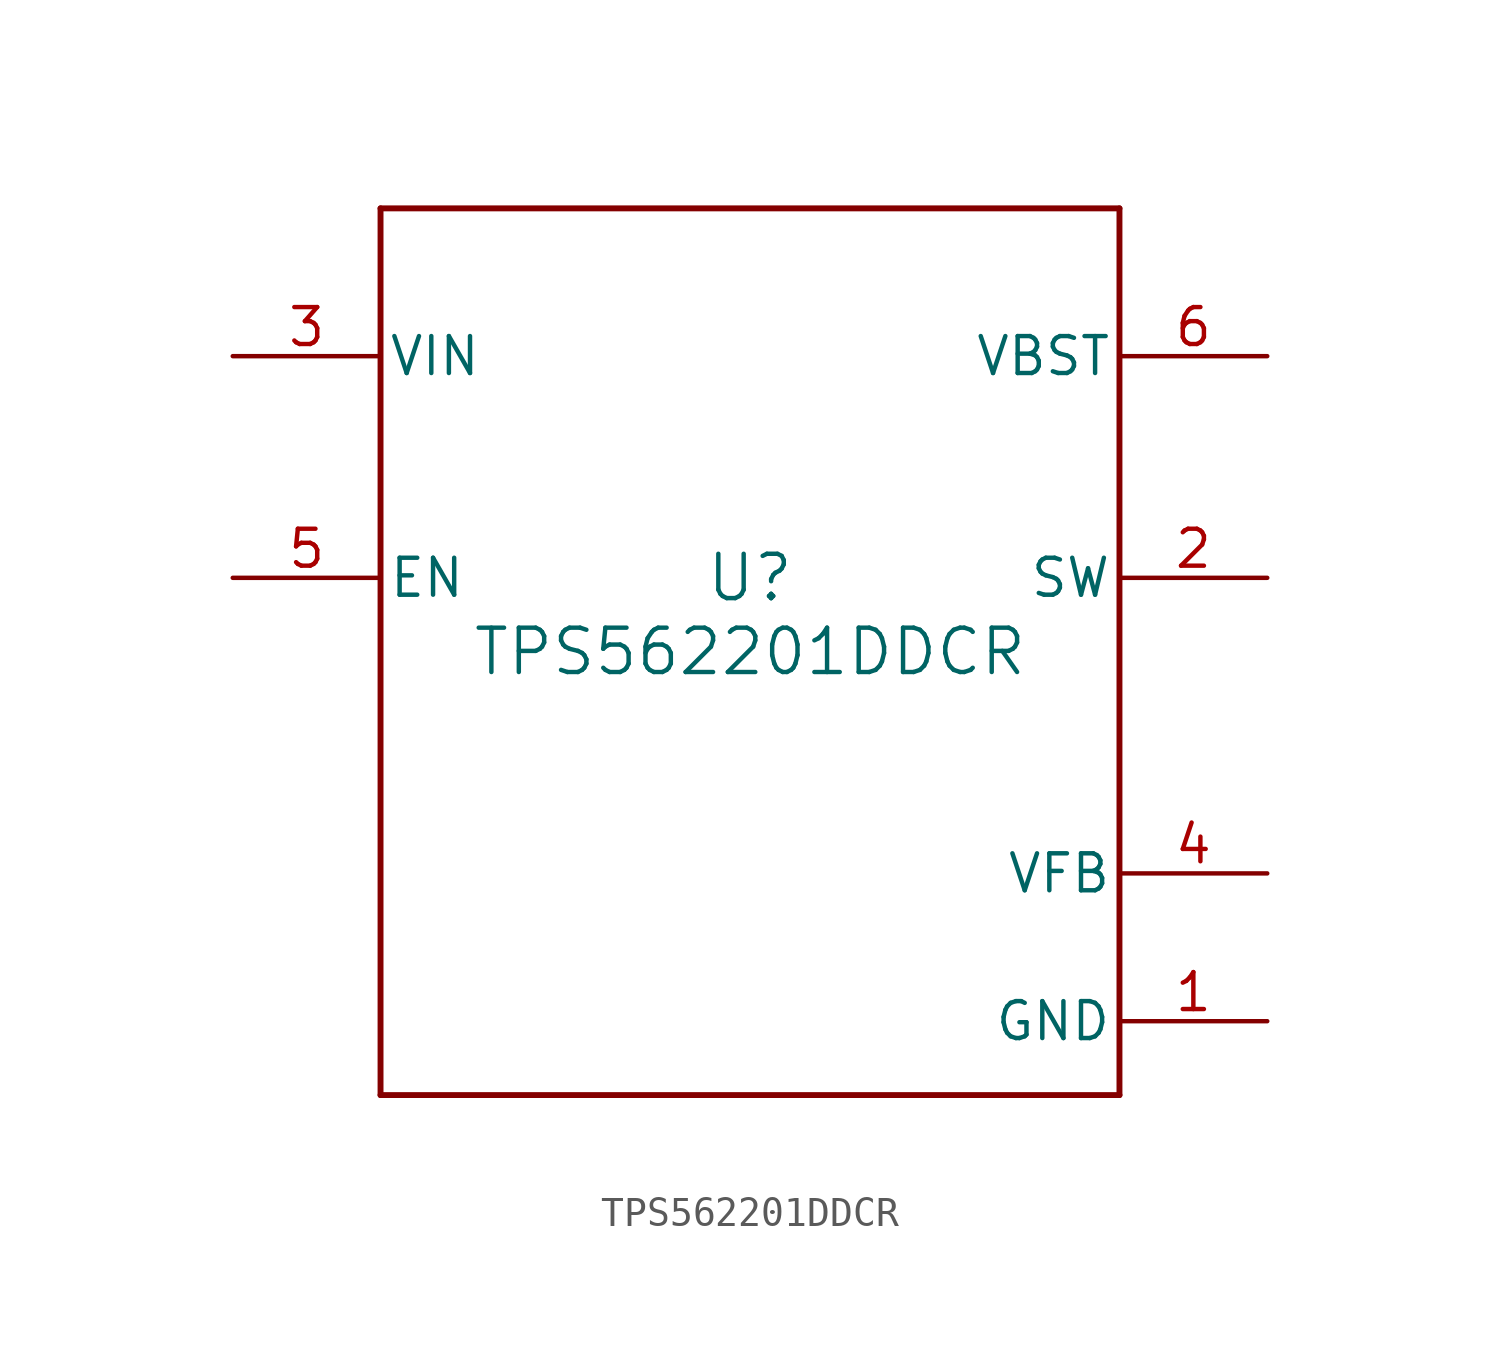
<source format=kicad_sym>
(kicad_symbol_lib
  (version 20211014)
  (generator kicad_symbol_editor)
  (symbol "TPS562201DDCR"
    (pin_names
      (offset 0.254))
    (property "Reference" "U"
      (at 0 2.54 0)
      (effects (font (size 1.524 1.524))))
    (property "Value" "TPS562201DDCR"
      (at 0 0 0)
      (effects (font (size 1.524 1.524))))
    (symbol "TPS562201DDCR_0_1"
      (polyline (pts (xy -12.7 -15.24) (xy 12.7 -15.24)) (stroke (width 0.203) (type default) (color 0 0 0 0)) (fill (type none)))
      (polyline (pts (xy 12.7 -15.24) (xy 12.7 15.24)) (stroke (width 0.203) (type default) (color 0 0 0 0)) (fill (type none)))
      (polyline (pts (xy 12.7 15.24) (xy -12.7 15.24)) (stroke (width 0.203) (type default) (color 0 0 0 0)) (fill (type none)))
      (polyline (pts (xy -12.7 15.24) (xy -12.7 -15.24)) (stroke (width 0.203) (type default) (color 0 0 0 0)) (fill (type none)))
      (pin power_in line (at 17.78 -12.7 180) (length 5.08) (name "GND" (effects (font (size 1.27 1.27)))) (number "1" (effects (font (size 1.27 1.27)))))
      (pin power_in line (at 17.78 2.54 180) (length 5.08) (name "SW" (effects (font (size 1.27 1.27)))) (number "2" (effects (font (size 1.27 1.27)))))
      (pin power_in line (at -17.78 10.16 0) (length 5.08) (name "VIN" (effects (font (size 1.27 1.27)))) (number "3" (effects (font (size 1.27 1.27)))))
      (pin input line (at 17.78 -7.62 180) (length 5.08) (name "VFB" (effects (font (size 1.27 1.27)))) (number "4" (effects (font (size 1.27 1.27)))))
      (pin input line (at -17.78 2.54 0) (length 5.08) (name "EN" (effects (font (size 1.27 1.27)))) (number "5" (effects (font (size 1.27 1.27)))))
      (pin power_in line (at 17.78 10.16 180) (length 5.08) (name "VBST" (effects (font (size 1.27 1.27)))) (number "6" (effects (font (size 1.27 1.27))))))))
</source>
